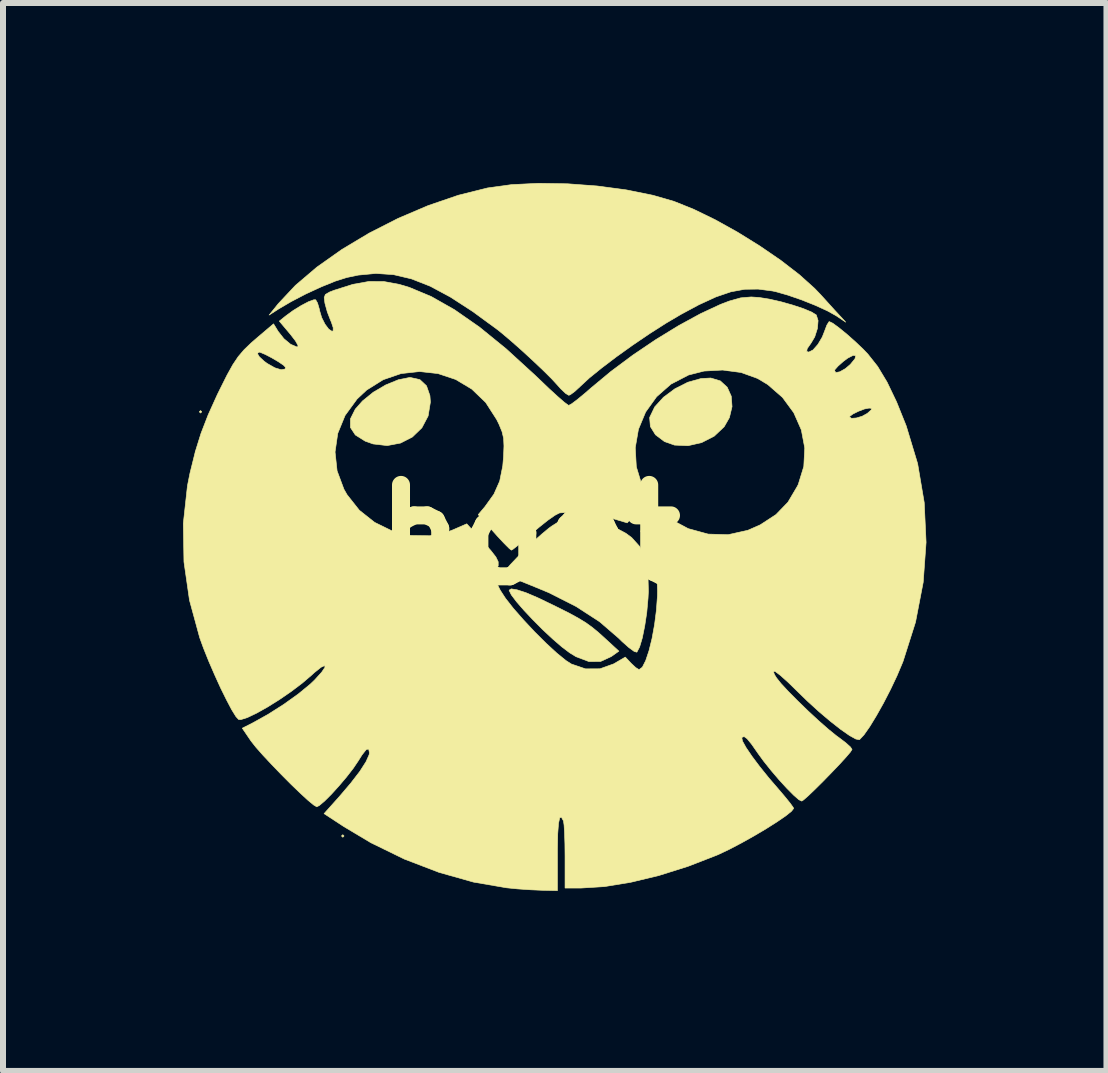
<source format=kicad_pcb>
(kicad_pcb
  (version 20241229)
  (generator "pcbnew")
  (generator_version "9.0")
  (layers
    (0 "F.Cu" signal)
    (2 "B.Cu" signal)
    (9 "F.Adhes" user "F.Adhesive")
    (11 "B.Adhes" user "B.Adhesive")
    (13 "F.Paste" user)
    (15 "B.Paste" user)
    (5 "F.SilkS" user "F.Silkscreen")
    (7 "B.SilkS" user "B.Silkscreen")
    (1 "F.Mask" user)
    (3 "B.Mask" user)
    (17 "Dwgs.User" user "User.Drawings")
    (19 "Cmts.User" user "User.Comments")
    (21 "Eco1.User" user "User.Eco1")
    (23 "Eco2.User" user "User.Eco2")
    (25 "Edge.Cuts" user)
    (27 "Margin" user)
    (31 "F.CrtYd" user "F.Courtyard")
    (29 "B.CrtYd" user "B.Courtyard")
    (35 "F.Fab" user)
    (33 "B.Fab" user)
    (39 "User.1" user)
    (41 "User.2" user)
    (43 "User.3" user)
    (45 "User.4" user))
  (footprint "hoot"
    (layer "F.Cu")
    (at 5.774 5.866)
    (property "Reference" "hoot" (at 0 0 0) (layer "F.SilkS") (effects (font (size 1.524 1.524) (thickness 0.3))))
    (attr through_hole)
    (fp_poly (pts (xy -5.461 -2.053) (xy -5.482 -2.032) (xy -5.503 -2.053) (xy -5.482 -2.074) (xy -5.461 -2.053)) (stroke (width 0.01) (type solid)) (fill yes) (layer "F.SilkS"))
    (fp_poly (pts (xy -3.09 5.016) (xy -3.111 5.038) (xy -3.133 5.016) (xy -3.111 4.995) (xy -3.09 5.016)) (stroke (width 0.01) (type solid)) (fill yes) (layer "F.SilkS"))
    (fp_poly (pts (xy -1.826 -2.589) (xy -1.716 -2.486) (xy -1.659 -2.322) (xy -1.651 -2.215) (xy -1.689 -1.983) (xy -1.793 -1.786) (xy -1.951 -1.633) (xy -2.148 -1.532) (xy -2.371 -1.49) (xy -2.606 -1.517) (xy -2.738 -1.564) (xy -2.902 -1.667) (xy -2.984 -1.792) (xy -2.984 -1.935) (xy -2.903 -2.097) (xy -2.782 -2.234) (xy -2.603 -2.379) (xy -2.395 -2.501) (xy -2.185 -2.587) (xy -2.001 -2.624) (xy -1.982 -2.624) (xy -1.826 -2.589)) (stroke (width 0.01) (type solid)) (fill yes) (layer "F.SilkS"))
    (fp_poly (pts (xy 3.181 -2.568) (xy 3.296 -2.462) (xy 3.363 -2.313) (xy 3.376 -2.139) (xy 3.332 -1.956) (xy 3.245 -1.804) (xy 3.079 -1.647) (xy 2.87 -1.54) (xy 2.642 -1.488) (xy 2.417 -1.498) (xy 2.25 -1.557) (xy 2.1 -1.67) (xy 2.015 -1.807) (xy 2.003 -1.953) (xy 2.006 -1.965) (xy 2.087 -2.134) (xy 2.233 -2.295) (xy 2.423 -2.436) (xy 2.638 -2.545) (xy 2.858 -2.607) (xy 3.022 -2.616) (xy 3.181 -2.568)) (stroke (width 0.01) (type solid)) (fill yes) (layer "F.SilkS"))
    (fp_poly (pts (xy -0.206 0.914) (xy -0.058 0.962) (xy 0.127 1.041) (xy 0.179 1.065) (xy 0.449 1.196) (xy 0.657 1.3) (xy 0.816 1.387) (xy 0.942 1.464) (xy 1.048 1.541) (xy 1.15 1.625) (xy 1.221 1.689) (xy 1.49 1.936) (xy 1.363 2.026) (xy 1.185 2.108) (xy 0.99 2.109) (xy 0.777 2.029) (xy 0.671 1.964) (xy 0.541 1.866) (xy 0.387 1.733) (xy 0.222 1.579) (xy 0.059 1.415) (xy -0.091 1.256) (xy -0.216 1.112) (xy -0.302 0.998) (xy -0.338 0.925) (xy -0.339 0.92) (xy -0.303 0.898) (xy -0.206 0.914)) (stroke (width 0.01) (type solid)) (fill yes) (layer "F.SilkS"))
    (fp_poly (pts (xy 0.737 -0.242) (xy 0.902 -0.22) (xy 1.156 -0.181) (xy 1.345 -0.14) (xy 1.489 -0.091) (xy 1.607 -0.028) (xy 1.704 0.044) (xy 1.837 0.192) (xy 1.926 0.384) (xy 1.974 0.629) (xy 1.982 0.937) (xy 1.976 1.057) (xy 1.955 1.291) (xy 1.921 1.516) (xy 1.881 1.714) (xy 1.836 1.865) (xy 1.791 1.951) (xy 1.789 1.953) (xy 1.746 1.941) (xy 1.66 1.879) (xy 1.546 1.778) (xy 1.486 1.719) (xy 1.168 1.445) (xy 0.776 1.191) (xy 0.322 0.961) (xy 0.039 0.844) (xy -0.142 0.771) (xy -0.29 0.707) (xy -0.389 0.658) (xy -0.423 0.632) (xy -0.394 0.582) (xy -0.315 0.49) (xy -0.201 0.37) (xy -0.066 0.236) (xy 0.075 0.101) (xy 0.21 -0.019) (xy 0.323 -0.113) (xy 0.373 -0.149) (xy 0.465 -0.207) (xy 0.54 -0.24) (xy 0.622 -0.25) (xy 0.737 -0.242)) (stroke (width 0.01) (type solid)) (fill yes) (layer "F.SilkS"))
    (fp_poly (pts (xy 0.637 -5.853) (xy 1.131 -5.816) (xy 1.611 -5.752) (xy 2.056 -5.662) (xy 2.406 -5.561) (xy 2.735 -5.429) (xy 3.095 -5.254) (xy 3.469 -5.046) (xy 3.838 -4.817) (xy 4.187 -4.578) (xy 4.498 -4.338) (xy 4.753 -4.109) (xy 4.847 -4.011) (xy 4.967 -3.879) (xy 5.088 -3.745) (xy 5.14 -3.689) (xy 5.271 -3.547) (xy 5.111 -3.654) (xy 4.964 -3.736) (xy 4.762 -3.828) (xy 4.534 -3.919) (xy 4.305 -3.998) (xy 4.105 -4.055) (xy 4.048 -4.067) (xy 3.811 -4.098) (xy 3.586 -4.095) (xy 3.357 -4.053) (xy 3.108 -3.968) (xy 2.823 -3.837) (xy 2.525 -3.677) (xy 2.274 -3.529) (xy 2 -3.354) (xy 1.72 -3.164) (xy 1.449 -2.97) (xy 1.204 -2.784) (xy 0.999 -2.618) (xy 0.852 -2.482) (xy 0.849 -2.479) (xy 0.755 -2.392) (xy 0.68 -2.337) (xy 0.655 -2.328) (xy 0.603 -2.359) (xy 0.522 -2.436) (xy 0.463 -2.502) (xy 0.368 -2.605) (xy 0.226 -2.746) (xy 0.054 -2.909) (xy -0.13 -3.078) (xy -0.309 -3.236) (xy -0.465 -3.368) (xy -0.53 -3.42) (xy -0.945 -3.724) (xy -1.317 -3.965) (xy -1.654 -4.146) (xy -1.968 -4.269) (xy -2.266 -4.339) (xy -2.559 -4.359) (xy -2.855 -4.331) (xy -3.045 -4.291) (xy -3.235 -4.231) (xy -3.469 -4.136) (xy -3.723 -4.019) (xy -3.969 -3.891) (xy -4.184 -3.765) (xy -4.191 -3.76) (xy -4.339 -3.665) (xy -4.187 -3.854) (xy -3.9 -4.16) (xy -3.543 -4.464) (xy -3.13 -4.756) (xy -2.673 -5.03) (xy -2.188 -5.277) (xy -1.688 -5.49) (xy -1.186 -5.662) (xy -0.698 -5.784) (xy -0.696 -5.784) (xy -0.299 -5.839) (xy 0.153 -5.861) (xy 0.637 -5.853)) (stroke (width 0.01) (type solid)) (fill yes) (layer "F.SilkS"))
    (fp_poly (pts (xy -2.426 -4.224) (xy -2.168 -4.176) (xy -2.001 -4.126) (xy -1.637 -3.974) (xy -1.249 -3.754) (xy -0.834 -3.465) (xy -0.39 -3.104) (xy 0.087 -2.668) (xy 0.169 -2.59) (xy 0.329 -2.437) (xy 0.469 -2.309) (xy 0.578 -2.214) (xy 0.644 -2.165) (xy 0.655 -2.16) (xy 0.703 -2.186) (xy 0.799 -2.258) (xy 0.926 -2.363) (xy 1.026 -2.45) (xy 1.357 -2.725) (xy 1.722 -2.997) (xy 2.104 -3.255) (xy 2.486 -3.489) (xy 2.851 -3.688) (xy 3.182 -3.842) (xy 3.328 -3.898) (xy 3.52 -3.952) (xy 3.695 -3.967) (xy 3.828 -3.958) (xy 3.997 -3.931) (xy 4.191 -3.887) (xy 4.386 -3.832) (xy 4.564 -3.773) (xy 4.701 -3.716) (xy 4.779 -3.668) (xy 4.781 -3.665) (xy 4.81 -3.573) (xy 4.799 -3.442) (xy 4.754 -3.301) (xy 4.694 -3.2) (xy 4.628 -3.105) (xy 4.621 -3.058) (xy 4.655 -3.048) (xy 4.726 -3.084) (xy 4.807 -3.176) (xy 4.88 -3.299) (xy 4.918 -3.396) (xy 4.956 -3.497) (xy 4.991 -3.553) (xy 4.998 -3.556) (xy 5.055 -3.529) (xy 5.156 -3.455) (xy 5.285 -3.35) (xy 5.424 -3.227) (xy 5.559 -3.099) (xy 5.638 -3.017) (xy 5.802 -2.81) (xy 5.961 -2.546) (xy 6.119 -2.216) (xy 6.279 -1.818) (xy 6.469 -1.189) (xy 6.579 -0.54) (xy 6.61 0.122) (xy 6.562 0.788) (xy 6.434 1.452) (xy 6.227 2.104) (xy 6.214 2.136) (xy 6.125 2.347) (xy 6.018 2.573) (xy 5.901 2.8) (xy 5.782 3.012) (xy 5.671 3.194) (xy 5.575 3.331) (xy 5.504 3.407) (xy 5.498 3.411) (xy 5.44 3.401) (xy 5.332 3.341) (xy 5.186 3.239) (xy 5.014 3.104) (xy 4.825 2.944) (xy 4.632 2.768) (xy 4.494 2.634) (xy 4.314 2.458) (xy 4.18 2.338) (xy 4.096 2.275) (xy 4.063 2.271) (xy 4.083 2.326) (xy 4.117 2.381) (xy 4.191 2.474) (xy 4.314 2.607) (xy 4.471 2.765) (xy 4.644 2.933) (xy 4.82 3.096) (xy 4.982 3.238) (xy 5.115 3.346) (xy 5.154 3.374) (xy 5.269 3.461) (xy 5.35 3.534) (xy 5.376 3.574) (xy 5.348 3.618) (xy 5.272 3.707) (xy 5.162 3.827) (xy 5.031 3.964) (xy 4.893 4.106) (xy 4.761 4.237) (xy 4.648 4.345) (xy 4.568 4.415) (xy 4.538 4.435) (xy 4.49 4.412) (xy 4.403 4.336) (xy 4.288 4.22) (xy 4.158 4.078) (xy 4.026 3.923) (xy 3.904 3.77) (xy 3.812 3.644) (xy 3.703 3.488) (xy 3.628 3.396) (xy 3.578 3.36) (xy 3.545 3.371) (xy 3.539 3.38) (xy 3.55 3.435) (xy 3.609 3.542) (xy 3.708 3.688) (xy 3.838 3.861) (xy 3.991 4.051) (xy 4.135 4.218) (xy 4.25 4.353) (xy 4.341 4.465) (xy 4.394 4.538) (xy 4.403 4.557) (xy 4.367 4.604) (xy 4.27 4.682) (xy 4.124 4.782) (xy 3.944 4.896) (xy 3.743 5.015) (xy 3.534 5.132) (xy 3.332 5.238) (xy 3.149 5.325) (xy 3.118 5.338) (xy 2.641 5.523) (xy 2.158 5.675) (xy 1.688 5.788) (xy 1.249 5.86) (xy 0.86 5.884) (xy 0.593 5.884) (xy 0.593 5.359) (xy 0.591 5.151) (xy 0.585 4.971) (xy 0.577 4.836) (xy 0.567 4.767) (xy 0.567 4.766) (xy 0.531 4.701) (xy 0.504 4.714) (xy 0.484 4.806) (xy 0.471 4.98) (xy 0.466 5.236) (xy 0.466 5.313) (xy 0.466 5.927) (xy 0.201 5.921) (xy 0.016 5.913) (xy -0.202 5.898) (xy -0.381 5.88) (xy -0.933 5.785) (xy -1.507 5.623) (xy -2.084 5.402) (xy -2.645 5.128) (xy -3.098 4.857) (xy -3.423 4.644) (xy -3.168 4.359) (xy -2.979 4.137) (xy -2.828 3.941) (xy -2.724 3.779) (xy -2.672 3.662) (xy -2.667 3.63) (xy -2.68 3.566) (xy -2.721 3.577) (xy -2.79 3.664) (xy -2.854 3.766) (xy -2.937 3.889) (xy -3.048 4.032) (xy -3.174 4.181) (xy -3.301 4.321) (xy -3.415 4.435) (xy -3.503 4.509) (xy -3.545 4.53) (xy -3.596 4.5) (xy -3.693 4.42) (xy -3.822 4.301) (xy -3.974 4.155) (xy -4.135 3.993) (xy -4.294 3.828) (xy -4.44 3.672) (xy -4.56 3.536) (xy -4.642 3.432) (xy -4.65 3.42) (xy -4.786 3.22) (xy -4.605 3.128) (xy -4.354 2.988) (xy -4.095 2.823) (xy -3.853 2.65) (xy -3.652 2.485) (xy -3.58 2.416) (xy -3.463 2.287) (xy -3.408 2.205) (xy -3.412 2.176) (xy -3.473 2.204) (xy -3.587 2.295) (xy -3.629 2.334) (xy -3.787 2.469) (xy -3.972 2.609) (xy -4.17 2.745) (xy -4.367 2.868) (xy -4.549 2.97) (xy -4.702 3.043) (xy -4.81 3.077) (xy -4.847 3.075) (xy -4.892 3.026) (xy -4.962 2.913) (xy -5.048 2.75) (xy -5.146 2.552) (xy -5.246 2.332) (xy -5.344 2.106) (xy -5.432 1.887) (xy -5.495 1.714) (xy -5.666 1.087) (xy -5.758 0.448) (xy -5.769 -0.191) (xy -5.7 -0.82) (xy -5.658 -1.03) (xy -5.571 -1.38) (xy -5.571 -1.383) (xy -3.24 -1.383) (xy -3.206 -1.068) (xy -3.092 -0.762) (xy -3.04 -0.671) (xy -2.835 -0.412) (xy -2.58 -0.21) (xy -2.29 -0.068) (xy -1.979 0.008) (xy -1.66 0.013) (xy -1.349 -0.057) (xy -1.274 -0.086) (xy -1.045 -0.186) (xy -0.777 0.108) (xy -0.642 0.261) (xy -0.559 0.368) (xy -0.521 0.447) (xy -0.521 0.512) (xy -0.552 0.58) (xy -0.561 0.594) (xy -0.585 0.652) (xy -0.578 0.722) (xy -0.535 0.826) (xy -0.487 0.921) (xy -0.4 1.055) (xy -0.266 1.226) (xy -0.098 1.417) (xy 0.087 1.615) (xy 0.277 1.804) (xy 0.455 1.968) (xy 0.607 2.092) (xy 0.699 2.151) (xy 0.934 2.231) (xy 1.175 2.23) (xy 1.404 2.148) (xy 1.419 2.139) (xy 1.597 2.035) (xy 1.695 2.139) (xy 1.771 2.21) (xy 1.824 2.243) (xy 1.827 2.244) (xy 1.881 2.204) (xy 1.937 2.094) (xy 1.992 1.93) (xy 2.043 1.724) (xy 2.085 1.493) (xy 2.116 1.251) (xy 2.133 1.013) (xy 2.134 0.931) (xy 2.123 0.618) (xy 2.084 0.373) (xy 2.015 0.182) (xy 1.929 0.054) (xy 1.877 -0.011) (xy 1.856 -0.061) (xy 1.873 -0.118) (xy 1.932 -0.202) (xy 2.017 -0.31) (xy 2.108 -0.424) (xy 2.322 -0.279) (xy 2.646 -0.106) (xy 2.978 -0.015) (xy 3.311 -0.005) (xy 3.639 -0.078) (xy 3.846 -0.169) (xy 4.108 -0.34) (xy 4.308 -0.547) (xy 4.465 -0.813) (xy 4.48 -0.843) (xy 4.572 -1.142) (xy 4.588 -1.449) (xy 4.531 -1.751) (xy 4.436 -1.967) (xy 5.334 -1.967) (xy 5.367 -1.944) (xy 5.448 -1.95) (xy 5.545 -1.979) (xy 5.63 -2.026) (xy 5.636 -2.031) (xy 5.699 -2.088) (xy 5.697 -2.111) (xy 5.66 -2.115) (xy 5.583 -2.1) (xy 5.483 -2.062) (xy 5.39 -2.016) (xy 5.337 -1.976) (xy 5.334 -1.967) (xy 4.436 -1.967) (xy 4.405 -2.037) (xy 4.217 -2.293) (xy 3.97 -2.508) (xy 3.801 -2.609) (xy 3.527 -2.708) (xy 3.278 -2.741) (xy 5.083 -2.741) (xy 5.106 -2.707) (xy 5.173 -2.72) (xy 5.266 -2.773) (xy 5.348 -2.843) (xy 5.425 -2.937) (xy 5.437 -2.988) (xy 5.393 -2.993) (xy 5.303 -2.947) (xy 5.231 -2.893) (xy 5.142 -2.814) (xy 5.089 -2.754) (xy 5.083 -2.741) (xy 3.278 -2.741) (xy 3.22 -2.749) (xy 2.909 -2.732) (xy 2.651 -2.666) (xy 2.358 -2.514) (xy 2.119 -2.304) (xy 1.936 -2.049) (xy 1.816 -1.761) (xy 1.763 -1.453) (xy 1.781 -1.136) (xy 1.876 -0.824) (xy 1.908 -0.758) (xy 1.985 -0.606) (xy 1.807 -0.404) (xy 1.629 -0.202) (xy 1.409 -0.268) (xy 1.232 -0.31) (xy 1.028 -0.344) (xy 0.823 -0.368) (xy 0.642 -0.377) (xy 0.513 -0.369) (xy 0.497 -0.366) (xy 0.424 -0.328) (xy 0.307 -0.246) (xy 0.165 -0.133) (xy 0.061 -0.044) (xy -0.08 0.078) (xy -0.196 0.176) (xy -0.275 0.238) (xy -0.301 0.253) (xy -0.338 0.224) (xy -0.417 0.145) (xy -0.525 0.03) (xy -0.59 -0.043) (xy -0.854 -0.339) (xy -0.742 -0.472) (xy -0.592 -0.681) (xy -0.496 -0.898) (xy -0.445 -1.151) (xy -0.432 -1.303) (xy -0.425 -1.483) (xy -0.431 -1.612) (xy -0.457 -1.722) (xy -0.508 -1.846) (xy -0.547 -1.925) (xy -0.729 -2.208) (xy -0.961 -2.431) (xy -1.23 -2.592) (xy -1.524 -2.69) (xy -1.831 -2.724) (xy -2.14 -2.69) (xy -2.438 -2.588) (xy -2.714 -2.415) (xy -2.873 -2.266) (xy -3.073 -1.992) (xy -3.195 -1.694) (xy -3.24 -1.383) (xy -5.571 -1.383) (xy -5.474 -1.694) (xy -5.354 -2.004) (xy -5.2 -2.344) (xy -5.156 -2.433) (xy -5.04 -2.665) (xy -4.944 -2.838) (xy -4.854 -2.972) (xy -4.808 -3.026) (xy -4.535 -3.026) (xy -4.503 -2.971) (xy -4.422 -2.896) (xy -4.372 -2.859) (xy -4.243 -2.786) (xy -4.138 -2.754) (xy -4.075 -2.765) (xy -4.064 -2.793) (xy -4.098 -2.829) (xy -4.182 -2.886) (xy -4.292 -2.951) (xy -4.401 -3.008) (xy -4.484 -3.043) (xy -4.507 -3.048) (xy -4.535 -3.026) (xy -4.808 -3.026) (xy -4.757 -3.086) (xy -4.639 -3.2) (xy -4.542 -3.284) (xy -4.265 -3.519) (xy -4.189 -3.394) (xy -4.093 -3.272) (xy -3.98 -3.178) (xy -3.876 -3.134) (xy -3.862 -3.133) (xy -3.858 -3.161) (xy -3.901 -3.237) (xy -3.983 -3.343) (xy -3.987 -3.348) (xy -4.169 -3.564) (xy -4.065 -3.648) (xy -3.941 -3.739) (xy -3.807 -3.822) (xy -3.684 -3.887) (xy -3.594 -3.92) (xy -3.563 -3.92) (xy -3.532 -3.866) (xy -3.502 -3.764) (xy -3.497 -3.737) (xy -3.463 -3.623) (xy -3.408 -3.514) (xy -3.346 -3.431) (xy -3.292 -3.395) (xy -3.272 -3.402) (xy -3.271 -3.455) (xy -3.302 -3.549) (xy -3.313 -3.573) (xy -3.369 -3.717) (xy -3.409 -3.863) (xy -3.409 -3.864) (xy -3.421 -3.956) (xy -3.401 -4.009) (xy -3.329 -4.05) (xy -3.253 -4.079) (xy -2.943 -4.177) (xy -2.676 -4.225) (xy -2.426 -4.224)) (stroke (width 0.01) (type solid)) (fill yes) (layer "F.SilkS")))
  (gr_rect
    (start -3 -3)
    (end 15.39 14.798)
    (stroke (width 0.1) (type default))
    (fill no)
    (layer "Edge.Cuts")))
</source>
